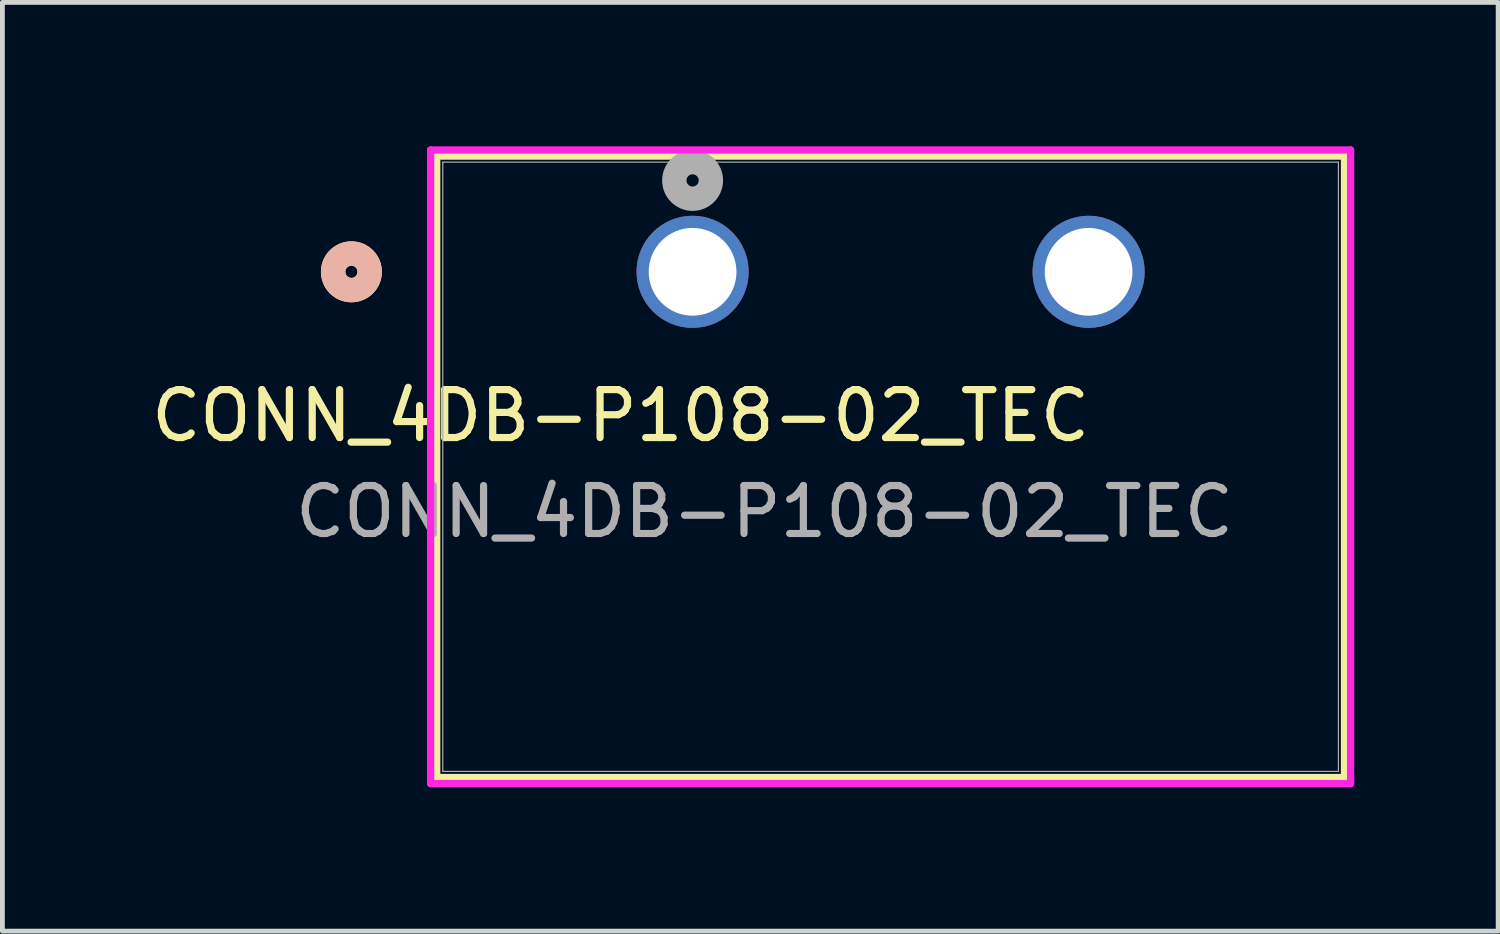
<source format=kicad_pcb>
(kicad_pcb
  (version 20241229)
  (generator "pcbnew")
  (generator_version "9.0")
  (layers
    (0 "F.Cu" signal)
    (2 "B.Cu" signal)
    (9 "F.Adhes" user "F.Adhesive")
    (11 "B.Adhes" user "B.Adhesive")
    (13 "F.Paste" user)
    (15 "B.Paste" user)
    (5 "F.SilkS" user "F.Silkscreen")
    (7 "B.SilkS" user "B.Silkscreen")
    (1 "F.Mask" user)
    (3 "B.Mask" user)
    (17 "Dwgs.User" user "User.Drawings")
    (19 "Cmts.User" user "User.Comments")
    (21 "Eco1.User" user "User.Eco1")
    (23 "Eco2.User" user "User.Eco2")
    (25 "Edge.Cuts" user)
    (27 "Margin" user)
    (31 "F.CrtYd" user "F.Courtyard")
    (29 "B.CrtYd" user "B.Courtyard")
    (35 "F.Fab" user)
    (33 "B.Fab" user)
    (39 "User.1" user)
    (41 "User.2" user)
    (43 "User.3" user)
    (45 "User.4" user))
  (footprint "CONN_4DB-P108-02_TEC"
    (layer "F.Cu")
    (at 11.387 2.616)
    (property "Reference" "CONN_4DB-P108-02_TEC" (at -1.5 3 0) (unlocked yes) (layer "F.SilkS") (effects (font (size 1 1) (thickness 0.15))))
    (attr through_hole)
    (fp_line (start -5.334 -2.413) (end -5.334 10.541) (stroke (width 0.152) (type solid)) (layer "F.SilkS"))
    (fp_line (start -5.334 10.541) (end 13.589 10.541) (stroke (width 0.152) (type solid)) (layer "F.SilkS"))
    (fp_line (start 13.589 -2.413) (end -5.334 -2.413) (stroke (width 0.152) (type solid)) (layer "F.SilkS"))
    (fp_line (start 13.589 10.541) (end 13.589 -2.413) (stroke (width 0.152) (type solid)) (layer "F.SilkS"))
    (fp_circle (center -7.112 0) (end -6.731 0) (stroke (width 0.508) (type solid)) (fill no) (layer "F.SilkS"))
    (fp_circle (center -7.112 0) (end -6.731 0) (stroke (width 0.508) (type solid)) (fill no) (layer "B.SilkS"))
    (fp_line (start -5.461 -2.54) (end -5.461 10.668) (stroke (width 0.152) (type solid)) (layer "F.CrtYd"))
    (fp_line (start -5.461 10.668) (end 13.716 10.668) (stroke (width 0.152) (type solid)) (layer "F.CrtYd"))
    (fp_line (start 13.716 -2.54) (end -5.461 -2.54) (stroke (width 0.152) (type solid)) (layer "F.CrtYd"))
    (fp_line (start 13.716 10.668) (end 13.716 -2.54) (stroke (width 0.152) (type solid)) (layer "F.CrtYd"))
    (fp_line (start -5.207 -2.286) (end -5.207 10.414) (stroke (width 0.025) (type solid)) (layer "F.Fab"))
    (fp_line (start -5.207 10.414) (end 13.462 10.414) (stroke (width 0.025) (type solid)) (layer "F.Fab"))
    (fp_line (start 13.462 -2.286) (end -5.207 -2.286) (stroke (width 0.025) (type solid)) (layer "F.Fab"))
    (fp_line (start 13.462 10.414) (end 13.462 -2.286) (stroke (width 0.025) (type solid)) (layer "F.Fab"))
    (fp_circle (center 0 -1.905) (end 0.381 -1.905) (stroke (width 0.508) (type solid)) (fill no) (layer "F.Fab"))
    (fp_text user "${REFERENCE}" (at 1.5 5 0) (unlocked yes) (layer "F.Fab") (effects (font (size 1 1) (thickness 0.15))))
    (pad "1" thru_hole circle (at 0 0) (size 2.337 2.337) (drill 1.829) (layers "*.Cu" "*.Mask"))
    (pad "2" thru_hole circle (at 8.255 0) (size 2.337 2.337) (drill 1.829) (layers "*.Cu" "*.Mask")))
  (gr_rect
    (start -3 -3)
    (end 28.179 16.36)
    (stroke (width 0.1) (type default))
    (fill no)
    (layer "Edge.Cuts")))
</source>
